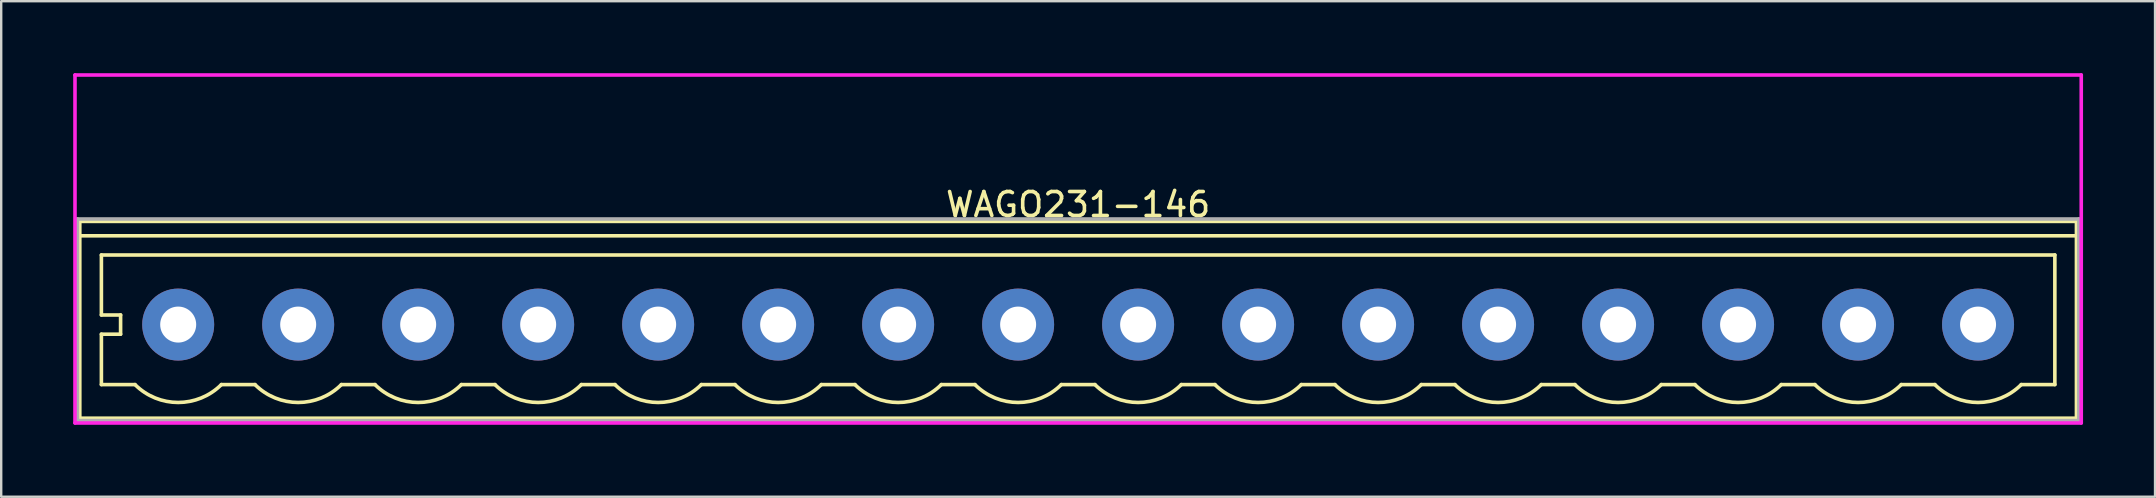
<source format=kicad_pcb>
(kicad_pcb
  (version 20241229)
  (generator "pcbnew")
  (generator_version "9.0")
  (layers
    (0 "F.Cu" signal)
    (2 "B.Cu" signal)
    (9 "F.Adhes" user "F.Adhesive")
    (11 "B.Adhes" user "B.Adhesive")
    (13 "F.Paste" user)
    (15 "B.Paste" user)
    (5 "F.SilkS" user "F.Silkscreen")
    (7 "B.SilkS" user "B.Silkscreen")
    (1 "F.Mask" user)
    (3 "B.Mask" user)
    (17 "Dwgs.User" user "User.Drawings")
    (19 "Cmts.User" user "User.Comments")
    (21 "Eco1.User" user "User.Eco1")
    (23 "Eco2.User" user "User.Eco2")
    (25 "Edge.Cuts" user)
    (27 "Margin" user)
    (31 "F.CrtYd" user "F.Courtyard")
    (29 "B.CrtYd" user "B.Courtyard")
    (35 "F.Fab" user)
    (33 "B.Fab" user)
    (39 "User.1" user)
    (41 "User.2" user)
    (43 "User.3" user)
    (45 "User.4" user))
  (footprint "WAGO231-146"
    (layer "F.Cu")
    (at 4.375 10.475)
    (property "Reference" "WAGO231-146" (at 37.5 -5 0) (layer "F.SilkS") (effects (font (size 1 1) (thickness 0.15))))
    (attr through_hole)
    (fp_line (start -4.1 -4.3) (end -4.1 3.9) (stroke (width 0.15) (type solid)) (layer "F.SilkS"))
    (fp_line (start -4.1 3.9) (end 79.1 3.9) (stroke (width 0.15) (type solid)) (layer "F.SilkS"))
    (fp_line (start -3.2 -2.9) (end 78.2 -2.9) (stroke (width 0.15) (type solid)) (layer "F.SilkS"))
    (fp_line (start -3.2 -0.4) (end -3.2 -2.9) (stroke (width 0.15) (type solid)) (layer "F.SilkS"))
    (fp_line (start -3.2 -0.4) (end -2.4 -0.4) (stroke (width 0.15) (type solid)) (layer "F.SilkS"))
    (fp_line (start -3.2 0.4) (end -3.2 2.5) (stroke (width 0.15) (type solid)) (layer "F.SilkS"))
    (fp_line (start -3.2 2.5) (end -1.8 2.5) (stroke (width 0.15) (type solid)) (layer "F.SilkS"))
    (fp_line (start -2.4 0.4) (end -3.2 0.4) (stroke (width 0.15) (type solid)) (layer "F.SilkS"))
    (fp_line (start -2.4 0.4) (end -2.4 -0.4) (stroke (width 0.15) (type solid)) (layer "F.SilkS"))
    (fp_line (start 1.8 2.5) (end 3.2 2.5) (stroke (width 0.15) (type solid)) (layer "F.SilkS"))
    (fp_line (start 6.8 2.5) (end 8.2 2.5) (stroke (width 0.15) (type solid)) (layer "F.SilkS"))
    (fp_line (start 11.8 2.5) (end 13.2 2.5) (stroke (width 0.15) (type solid)) (layer "F.SilkS"))
    (fp_line (start 16.8 2.5) (end 18.2 2.5) (stroke (width 0.15) (type solid)) (layer "F.SilkS"))
    (fp_line (start 21.8 2.5) (end 23.2 2.5) (stroke (width 0.15) (type solid)) (layer "F.SilkS"))
    (fp_line (start 26.8 2.5) (end 28.2 2.5) (stroke (width 0.15) (type solid)) (layer "F.SilkS"))
    (fp_line (start 31.8 2.5) (end 33.2 2.5) (stroke (width 0.15) (type solid)) (layer "F.SilkS"))
    (fp_line (start 36.8 2.5) (end 38.2 2.5) (stroke (width 0.15) (type solid)) (layer "F.SilkS"))
    (fp_line (start 41.8 2.5) (end 43.2 2.5) (stroke (width 0.15) (type solid)) (layer "F.SilkS"))
    (fp_line (start 46.8 2.5) (end 48.2 2.5) (stroke (width 0.15) (type solid)) (layer "F.SilkS"))
    (fp_line (start 51.8 2.5) (end 53.2 2.5) (stroke (width 0.15) (type solid)) (layer "F.SilkS"))
    (fp_line (start 56.8 2.5) (end 58.2 2.5) (stroke (width 0.15) (type solid)) (layer "F.SilkS"))
    (fp_line (start 61.8 2.5) (end 63.2 2.5) (stroke (width 0.15) (type solid)) (layer "F.SilkS"))
    (fp_line (start 66.8 2.5) (end 68.2 2.5) (stroke (width 0.15) (type solid)) (layer "F.SilkS"))
    (fp_line (start 71.8 2.5) (end 73.2 2.5) (stroke (width 0.15) (type solid)) (layer "F.SilkS"))
    (fp_line (start 76.8 2.5) (end 78.2 2.5) (stroke (width 0.15) (type solid)) (layer "F.SilkS"))
    (fp_line (start 78.2 -2.9) (end 78.2 2.5) (stroke (width 0.15) (type solid)) (layer "F.SilkS"))
    (fp_line (start 79.1 -4.3) (end -4.1 -4.3) (stroke (width 0.15) (type solid)) (layer "F.SilkS"))
    (fp_line (start 79.1 -3.7) (end -4.1 -3.7) (stroke (width 0.15) (type solid)) (layer "F.SilkS"))
    (fp_line (start 79.1 3.9) (end 79.1 -4.3) (stroke (width 0.15) (type solid)) (layer "F.SilkS"))
    (fp_arc (start 1.8 2.5) (mid 0 3.245584) (end -1.8 2.5) (stroke (width 0.15) (type solid)) (layer "F.SilkS"))
    (fp_arc (start 6.8 2.5) (mid 5 3.245584) (end 3.2 2.5) (stroke (width 0.15) (type solid)) (layer "F.SilkS"))
    (fp_arc (start 11.8 2.5) (mid 10 3.245584) (end 8.2 2.5) (stroke (width 0.15) (type solid)) (layer "F.SilkS"))
    (fp_arc (start 16.8 2.5) (mid 15 3.245584) (end 13.2 2.5) (stroke (width 0.15) (type solid)) (layer "F.SilkS"))
    (fp_arc (start 21.8 2.5) (mid 20 3.245584) (end 18.2 2.5) (stroke (width 0.15) (type solid)) (layer "F.SilkS"))
    (fp_arc (start 26.8 2.5) (mid 25 3.245584) (end 23.2 2.5) (stroke (width 0.15) (type solid)) (layer "F.SilkS"))
    (fp_arc (start 31.8 2.5) (mid 30 3.245584) (end 28.2 2.5) (stroke (width 0.15) (type solid)) (layer "F.SilkS"))
    (fp_arc (start 36.8 2.5) (mid 35 3.245584) (end 33.2 2.5) (stroke (width 0.15) (type solid)) (layer "F.SilkS"))
    (fp_arc (start 41.8 2.5) (mid 40 3.245584) (end 38.2 2.5) (stroke (width 0.15) (type solid)) (layer "F.SilkS"))
    (fp_arc (start 46.8 2.5) (mid 45 3.245584) (end 43.2 2.5) (stroke (width 0.15) (type solid)) (layer "F.SilkS"))
    (fp_arc (start 51.8 2.5) (mid 50 3.245584) (end 48.2 2.5) (stroke (width 0.15) (type solid)) (layer "F.SilkS"))
    (fp_arc (start 56.8 2.5) (mid 55 3.245584) (end 53.2 2.5) (stroke (width 0.15) (type solid)) (layer "F.SilkS"))
    (fp_arc (start 61.8 2.5) (mid 60 3.245584) (end 58.2 2.5) (stroke (width 0.15) (type solid)) (layer "F.SilkS"))
    (fp_arc (start 66.8 2.5) (mid 65 3.245584) (end 63.2 2.5) (stroke (width 0.15) (type solid)) (layer "F.SilkS"))
    (fp_arc (start 71.8 2.5) (mid 70 3.245584) (end 68.2 2.5) (stroke (width 0.15) (type solid)) (layer "F.SilkS"))
    (fp_arc (start 76.8 2.5) (mid 75 3.245584) (end 73.2 2.5) (stroke (width 0.15) (type solid)) (layer "F.SilkS"))
    (fp_line (start -4.3 -10.4) (end 79.3 -10.4) (stroke (width 0.15) (type solid)) (layer "F.CrtYd"))
    (fp_line (start -4.3 4.1) (end -4.3 -10.4) (stroke (width 0.15) (type solid)) (layer "F.CrtYd"))
    (fp_line (start -4.3 4.1) (end 79.3 4.1) (stroke (width 0.15) (type solid)) (layer "F.CrtYd"))
    (fp_line (start 79.3 -10.4) (end 79.3 4.1) (stroke (width 0.15) (type solid)) (layer "F.CrtYd"))
    (fp_line (start -4.2 -4.4) (end 79.2 -4.4) (stroke (width 0.15) (type solid)) (layer "F.Fab"))
    (fp_line (start -4.2 4) (end -4.2 -4.4) (stroke (width 0.15) (type solid)) (layer "F.Fab"))
    (fp_line (start 79.2 -4.4) (end 79.2 4) (stroke (width 0.15) (type solid)) (layer "F.Fab"))
    (fp_line (start 79.2 4) (end -4.2 4) (stroke (width 0.15) (type solid)) (layer "F.Fab"))
    (pad "1" thru_hole circle (at 0 0) (size 3 3) (drill 1.5) (layers "*.Cu" "*.Mask"))
    (pad "2" thru_hole circle (at 5 0) (size 3 3) (drill 1.5) (layers "*.Cu" "*.Mask"))
    (pad "3" thru_hole circle (at 10 0) (size 3 3) (drill 1.5) (layers "*.Cu" "*.Mask"))
    (pad "4" thru_hole circle (at 15 0) (size 3 3) (drill 1.5) (layers "*.Cu" "*.Mask"))
    (pad "5" thru_hole circle (at 20 0) (size 3 3) (drill 1.5) (layers "*.Cu" "*.Mask"))
    (pad "6" thru_hole circle (at 25 0) (size 3 3) (drill 1.5) (layers "*.Cu" "*.Mask"))
    (pad "7" thru_hole circle (at 30 0) (size 3 3) (drill 1.5) (layers "*.Cu" "*.Mask"))
    (pad "8" thru_hole circle (at 35 0) (size 3 3) (drill 1.5) (layers "*.Cu" "*.Mask"))
    (pad "9" thru_hole circle (at 40 0) (size 3 3) (drill 1.5) (layers "*.Cu" "*.Mask"))
    (pad "10" thru_hole circle (at 45 0) (size 3 3) (drill 1.5) (layers "*.Cu" "*.Mask"))
    (pad "11" thru_hole circle (at 50 0) (size 3 3) (drill 1.5) (layers "*.Cu" "*.Mask"))
    (pad "12" thru_hole circle (at 55 0) (size 3 3) (drill 1.5) (layers "*.Cu" "*.Mask"))
    (pad "13" thru_hole circle (at 60 0) (size 3 3) (drill 1.5) (layers "*.Cu" "*.Mask"))
    (pad "14" thru_hole circle (at 65 0) (size 3 3) (drill 1.5) (layers "*.Cu" "*.Mask"))
    (pad "15" thru_hole circle (at 70 0) (size 3 3) (drill 1.5) (layers "*.Cu" "*.Mask"))
    (pad "16" thru_hole circle (at 75 0) (size 3 3) (drill 1.5) (layers "*.Cu" "*.Mask")))
  (gr_rect
    (start -3 -3)
    (end 86.75 17.65)
    (stroke (width 0.1) (type default))
    (fill no)
    (layer "Edge.Cuts")))
</source>
